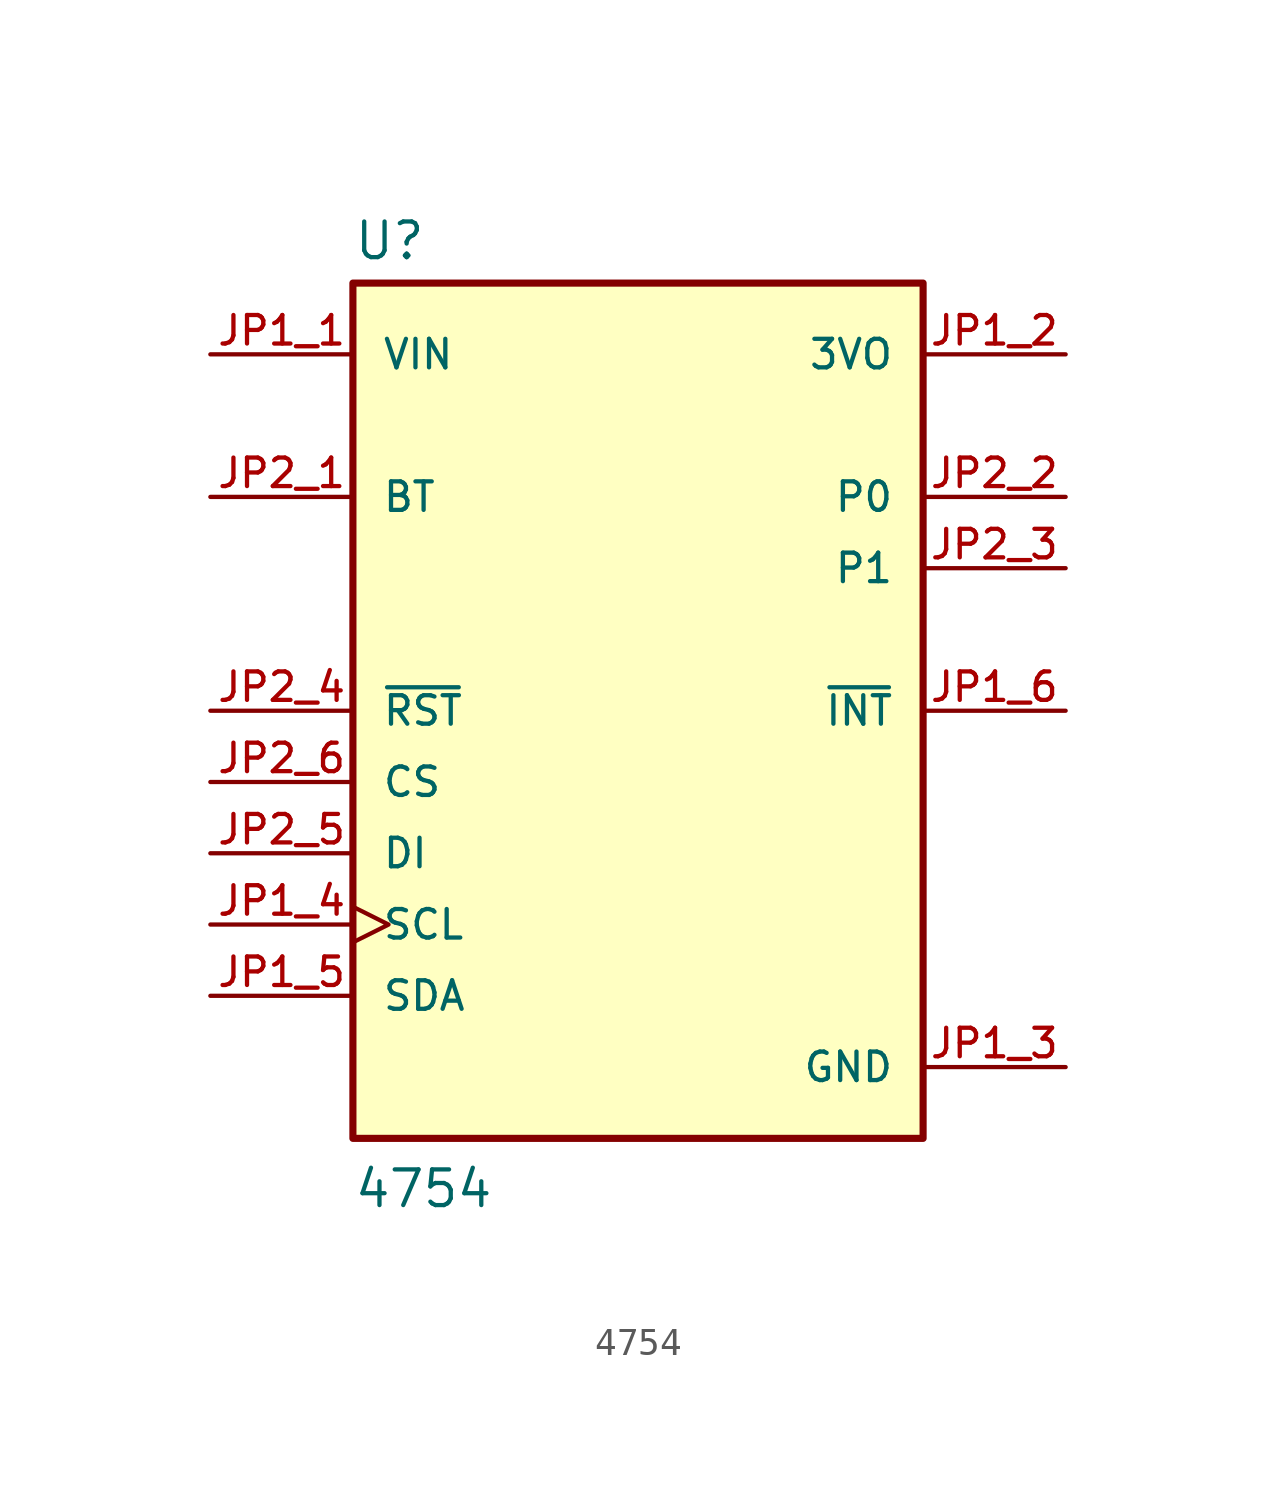
<source format=kicad_sym>
(kicad_symbol_lib
  (version 20211014)
  (generator kicad_symbol_editor)
  (symbol "4754"
    (pin_names
      (offset 1.016))
    (property "Reference" "U"
      (at -10.16 16.002 0)
      (effects (font (size 1.27 1.27)) (justify left bottom)))
    (property "Value" "4754"
      (at -10.16 -17.78 0)
      (effects (font (size 1.27 1.27)) (justify left bottom)))
    (symbol "4754_0_0"
      (rectangle (start -10.16 -15.24) (end 10.16 15.24) (stroke (width 0.254) (type default) (color 0 0 0 0)) (fill (type background)))
      (pin input line (at -15.24 12.7 0) (length 5.08) (name "VIN" (effects (font (size 1.016 1.016)))) (number "JP1_1" (effects (font (size 1.016 1.016)))))
      (pin output line (at 15.24 12.7 180) (length 5.08) (name "3VO" (effects (font (size 1.016 1.016)))) (number "JP1_2" (effects (font (size 1.016 1.016)))))
      (pin power_in line (at 15.24 -12.7 180) (length 5.08) (name "GND" (effects (font (size 1.016 1.016)))) (number "JP1_3" (effects (font (size 1.016 1.016)))))
      (pin bidirectional clock (at -15.24 -7.62 0) (length 5.08) (name "SCL" (effects (font (size 1.016 1.016)))) (number "JP1_4" (effects (font (size 1.016 1.016)))))
      (pin bidirectional line (at -15.24 -10.16 0) (length 5.08) (name "SDA" (effects (font (size 1.016 1.016)))) (number "JP1_5" (effects (font (size 1.016 1.016)))))
      (pin output line (at 15.24 0 180) (length 5.08) (name "~{INT}" (effects (font (size 1.016 1.016)))) (number "JP1_6" (effects (font (size 1.016 1.016)))))
      (pin input line (at -15.24 7.62 0) (length 5.08) (name "BT" (effects (font (size 1.016 1.016)))) (number "JP2_1" (effects (font (size 1.016 1.016)))))
      (pin bidirectional line (at 15.24 7.62 180) (length 5.08) (name "P0" (effects (font (size 1.016 1.016)))) (number "JP2_2" (effects (font (size 1.016 1.016)))))
      (pin bidirectional line (at 15.24 5.08 180) (length 5.08) (name "P1" (effects (font (size 1.016 1.016)))) (number "JP2_3" (effects (font (size 1.016 1.016)))))
      (pin input line (at -15.24 0 0) (length 5.08) (name "~{RST}" (effects (font (size 1.016 1.016)))) (number "JP2_4" (effects (font (size 1.016 1.016)))))
      (pin input line (at -15.24 -5.08 0) (length 5.08) (name "DI" (effects (font (size 1.016 1.016)))) (number "JP2_5" (effects (font (size 1.016 1.016)))))
      (pin input line (at -15.24 -2.54 0) (length 5.08) (name "CS" (effects (font (size 1.016 1.016)))) (number "JP2_6" (effects (font (size 1.016 1.016))))))))
</source>
